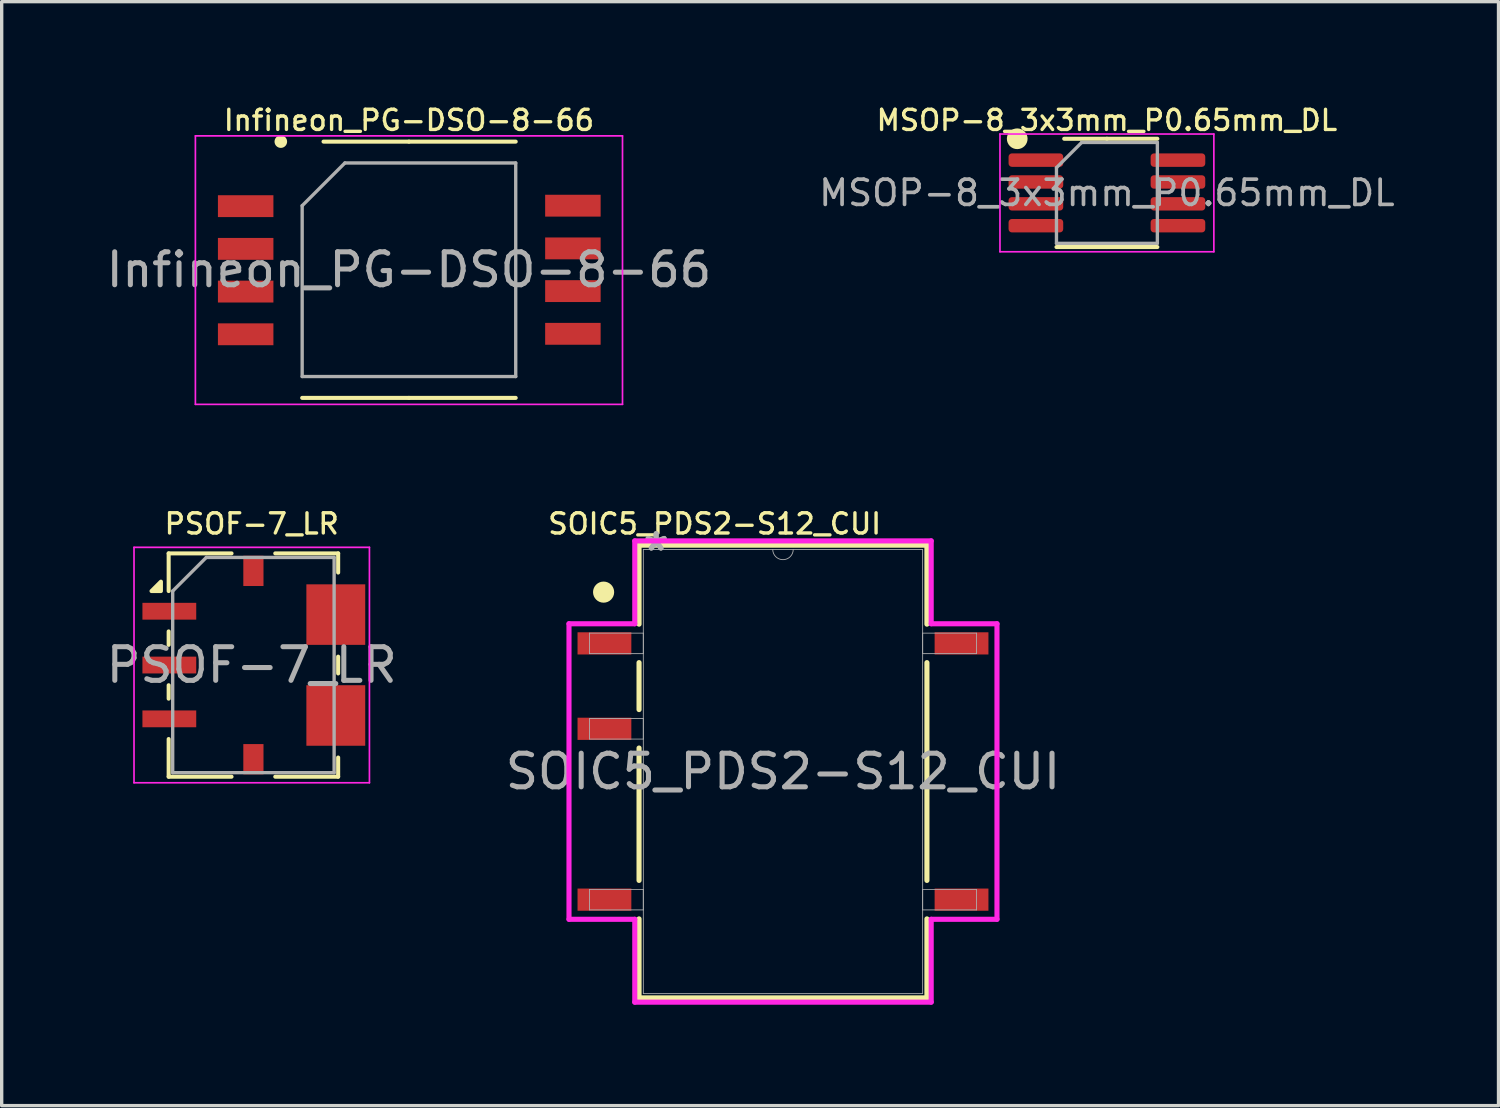
<source format=kicad_pcb>
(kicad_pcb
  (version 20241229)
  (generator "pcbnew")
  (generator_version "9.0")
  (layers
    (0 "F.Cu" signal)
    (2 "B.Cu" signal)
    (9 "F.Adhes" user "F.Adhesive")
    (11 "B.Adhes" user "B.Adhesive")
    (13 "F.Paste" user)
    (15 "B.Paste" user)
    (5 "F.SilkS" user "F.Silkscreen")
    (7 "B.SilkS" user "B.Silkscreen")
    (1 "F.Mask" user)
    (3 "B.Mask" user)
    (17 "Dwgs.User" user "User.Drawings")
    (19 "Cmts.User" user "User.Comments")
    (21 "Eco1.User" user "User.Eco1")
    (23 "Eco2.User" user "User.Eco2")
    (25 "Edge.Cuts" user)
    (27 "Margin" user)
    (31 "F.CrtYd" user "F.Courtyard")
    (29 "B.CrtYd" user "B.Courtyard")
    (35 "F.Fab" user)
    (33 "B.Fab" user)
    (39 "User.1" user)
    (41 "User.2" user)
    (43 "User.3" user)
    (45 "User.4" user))
  (footprint "Infineon_PG-DSO-8-66"
    (layer "F.Cu")
    (at 9.11 4.971)
    (property "Reference" "Infineon_PG-DSO-8-66" (at 0 -4.445 0) (layer "F.SilkS") (effects (font (size 0.6 0.6) (thickness 0.1))))
    (attr smd)
    (fp_line (start 0 -3.81) (end -2.54 -3.81) (stroke (width 0.12) (type solid)) (layer "F.SilkS"))
    (fp_line (start 0 -3.81) (end 3.175 -3.81) (stroke (width 0.12) (type solid)) (layer "F.SilkS"))
    (fp_line (start 0 3.81) (end -3.175 3.81) (stroke (width 0.12) (type solid)) (layer "F.SilkS"))
    (fp_line (start 0 3.81) (end 3.175 3.81) (stroke (width 0.12) (type solid)) (layer "F.SilkS"))
    (fp_circle (center -3.81 -3.81) (end -3.683 -3.81) (stroke (width 0.12) (type solid)) (fill yes) (layer "F.SilkS"))
    (fp_line (start -6.35 -3.981) (end -6.35 4.002) (stroke (width 0.05) (type solid)) (layer "F.CrtYd"))
    (fp_line (start -6.35 4.002) (end 6.35 4.002) (stroke (width 0.05) (type solid)) (layer "F.CrtYd"))
    (fp_line (start 6.35 -3.981) (end -6.35 -3.981) (stroke (width 0.05) (type solid)) (layer "F.CrtYd"))
    (fp_line (start 6.35 4.002) (end 6.35 -3.981) (stroke (width 0.05) (type solid)) (layer "F.CrtYd"))
    (fp_line (start -3.175 -1.905) (end -1.905 -3.175) (stroke (width 0.1) (type solid)) (layer "F.Fab"))
    (fp_line (start -3.175 3.175) (end -3.175 -1.905) (stroke (width 0.1) (type solid)) (layer "F.Fab"))
    (fp_line (start -1.905 -3.175) (end 3.175 -3.175) (stroke (width 0.1) (type solid)) (layer "F.Fab"))
    (fp_line (start 3.175 -3.175) (end 3.175 3.175) (stroke (width 0.1) (type solid)) (layer "F.Fab"))
    (fp_line (start 3.175 3.175) (end -3.175 3.175) (stroke (width 0.1) (type solid)) (layer "F.Fab"))
    (fp_text user "${REFERENCE}" (at 0 0 0) (layer "F.Fab") (effects (font (size 0.98 0.98) (thickness 0.15))))
    (pad "1" smd rect (at -4.855 -1.891) (size 1.65 0.65) (layers "F.Cu" "F.Mask" "F.Paste"))
    (pad "2" smd rect (at -4.855 -0.621) (size 1.65 0.65) (layers "F.Cu" "F.Mask" "F.Paste"))
    (pad "3" smd rect (at -4.855 0.649) (size 1.65 0.65) (layers "F.Cu" "F.Mask" "F.Paste"))
    (pad "4" smd rect (at -4.855 1.919) (size 1.65 0.65) (layers "F.Cu" "F.Mask" "F.Paste"))
    (pad "5" smd rect (at 4.875 1.905) (size 1.65 0.65) (layers "F.Cu" "F.Mask" "F.Paste"))
    (pad "6" smd rect (at 4.875 0.635) (size 1.65 0.65) (layers "F.Cu" "F.Mask" "F.Paste"))
    (pad "7" smd rect (at 4.875 -0.635) (size 1.65 0.65) (layers "F.Cu" "F.Mask" "F.Paste"))
    (pad "8" smd rect (at 4.875 -1.905) (size 1.65 0.65) (layers "F.Cu" "F.Mask" "F.Paste")))
  (footprint "PSOF-7_LR"
    (layer "F.Cu")
    (at 4.435 16.725)
    (property "Reference" "PSOF-7_LR" (at 0 -4.2 0) (layer "F.SilkS") (effects (font (size 0.6 0.6) (thickness 0.1) (bold yes))))
    (attr smd)
    (fp_line (start -2.47 -3.32) (end -2.47 -2.2) (stroke (width 0.12) (type solid)) (layer "F.SilkS"))
    (fp_line (start -2.47 -0.6) (end -2.47 -1) (stroke (width 0.12) (type solid)) (layer "F.SilkS"))
    (fp_line (start -2.47 0.6) (end -2.47 1) (stroke (width 0.12) (type solid)) (layer "F.SilkS"))
    (fp_line (start -2.47 3.32) (end -2.47 2.2) (stroke (width 0.12) (type solid)) (layer "F.SilkS"))
    (fp_line (start -0.6 -3.32) (end -2.47 -3.32) (stroke (width 0.12) (type solid)) (layer "F.SilkS"))
    (fp_line (start -0.6 3.32) (end -2.47 3.32) (stroke (width 0.12) (type solid)) (layer "F.SilkS"))
    (fp_line (start 2.57 -3.32) (end 0.7 -3.32) (stroke (width 0.12) (type solid)) (layer "F.SilkS"))
    (fp_line (start 2.57 -3.32) (end 2.57 -2.75) (stroke (width 0.12) (type solid)) (layer "F.SilkS"))
    (fp_line (start 2.57 0.25) (end 2.57 -0.25) (stroke (width 0.12) (type solid)) (layer "F.SilkS"))
    (fp_line (start 2.57 3.32) (end 0.7 3.32) (stroke (width 0.12) (type solid)) (layer "F.SilkS"))
    (fp_line (start 2.57 3.32) (end 2.57 2.75) (stroke (width 0.12) (type solid)) (layer "F.SilkS"))
    (fp_poly (pts (xy -2.7 -2.2) (xy -2.98 -2.2) (xy -2.7 -2.48) (xy -2.7 -2.2)) (stroke (width 0.12) (type solid)) (fill yes) (layer "F.SilkS"))
    (fp_line (start -3.5 -3.5) (end 3.5 -3.5) (stroke (width 0.05) (type solid)) (layer "F.CrtYd"))
    (fp_line (start -3.5 3.5) (end -3.5 -3.5) (stroke (width 0.05) (type solid)) (layer "F.CrtYd"))
    (fp_line (start 3.5 -3.5) (end 3.5 3.5) (stroke (width 0.05) (type solid)) (layer "F.CrtYd"))
    (fp_line (start 3.5 3.5) (end -3.5 3.5) (stroke (width 0.05) (type solid)) (layer "F.CrtYd"))
    (fp_line (start -2.35 3.2) (end -2.35 -2.2) (stroke (width 0.1) (type solid)) (layer "F.Fab"))
    (fp_line (start -1.35 -3.2) (end -2.35 -2.2) (stroke (width 0.1) (type solid)) (layer "F.Fab"))
    (fp_line (start -1.35 -3.2) (end 2.45 -3.2) (stroke (width 0.1) (type solid)) (layer "F.Fab"))
    (fp_line (start 2.45 -3.2) (end 2.45 3.2) (stroke (width 0.1) (type solid)) (layer "F.Fab"))
    (fp_line (start 2.45 3.2) (end -2.35 3.2) (stroke (width 0.1) (type solid)) (layer "F.Fab"))
    (fp_text user "${REFERENCE}" (at 0 0 0) (layer "F.Fab") (effects (font (size 1 1) (thickness 0.15))))
    (pad "1" smd rect (at -2.45 -1.6) (size 1.6 0.5) (layers "F.Cu" "F.Mask" "F.Paste"))
    (pad "2" smd rect (at -2.45 0) (size 1.6 0.5) (layers "F.Cu" "F.Mask" "F.Paste"))
    (pad "3" smd rect (at -2.45 1.6) (size 1.6 0.5) (layers "F.Cu" "F.Mask" "F.Paste"))
    (pad "4" smd rect (at 0.05 2.8) (size 0.6 0.9) (layers "F.Cu" "F.Mask" "F.Paste"))
    (pad "5" smd rect (at 2.5 1.5) (size 1.75 1.8) (layers "F.Cu" "F.Mask" "F.Paste"))
    (pad "6" smd rect (at 2.5 -1.5) (size 1.75 1.8) (layers "F.Cu" "F.Mask" "F.Paste"))
    (pad "7" smd rect (at 0.05 -2.8) (size 0.6 0.9) (layers "F.Cu" "F.Mask" "F.Paste")))
  (footprint "MSOP-8_3x3mm_P0.65mm_DL"
    (layer "F.Cu")
    (at 29.864 2.686)
    (property "Reference" "MSOP-8_3x3mm_P0.65mm_DL" (at 0 -2.159 0) (layer "F.SilkS") (effects (font (size 0.6 0.6) (thickness 0.1))))
    (attr smd)
    (fp_line (start 0 -1.61) (end -1.27 -1.61) (stroke (width 0.12) (type solid)) (layer "F.SilkS"))
    (fp_line (start 0 -1.61) (end 1.5 -1.61) (stroke (width 0.12) (type solid)) (layer "F.SilkS"))
    (fp_line (start 0 1.61) (end -1.5 1.61) (stroke (width 0.12) (type solid)) (layer "F.SilkS"))
    (fp_line (start 0 1.61) (end 1.5 1.61) (stroke (width 0.12) (type solid)) (layer "F.SilkS"))
    (fp_circle (center -2.667 -1.61) (end -2.419 -1.61) (stroke (width 0.12) (type solid)) (fill yes) (layer "F.SilkS"))
    (fp_line (start -3.18 -1.75) (end -3.18 1.75) (stroke (width 0.05) (type solid)) (layer "F.CrtYd"))
    (fp_line (start -3.18 1.75) (end 3.18 1.75) (stroke (width 0.05) (type solid)) (layer "F.CrtYd"))
    (fp_line (start 3.18 -1.75) (end -3.18 -1.75) (stroke (width 0.05) (type solid)) (layer "F.CrtYd"))
    (fp_line (start 3.18 1.75) (end 3.18 -1.75) (stroke (width 0.05) (type solid)) (layer "F.CrtYd"))
    (fp_line (start -1.5 -0.75) (end -0.75 -1.5) (stroke (width 0.1) (type solid)) (layer "F.Fab"))
    (fp_line (start -1.5 1.5) (end -1.5 -0.75) (stroke (width 0.1) (type solid)) (layer "F.Fab"))
    (fp_line (start -0.75 -1.5) (end 1.5 -1.5) (stroke (width 0.1) (type solid)) (layer "F.Fab"))
    (fp_line (start 1.5 -1.5) (end 1.5 1.5) (stroke (width 0.1) (type solid)) (layer "F.Fab"))
    (fp_line (start 1.5 1.5) (end -1.5 1.5) (stroke (width 0.1) (type solid)) (layer "F.Fab"))
    (fp_text user "${REFERENCE}" (at 0 0 0) (layer "F.Fab") (effects (font (size 0.75 0.75) (thickness 0.11))))
    (pad "1" smd roundrect (at -2.112 -0.975) (size 1.625 0.4) (layers "F.Cu" "F.Mask" "F.Paste") (roundrect_rratio 0.25))
    (pad "2" smd roundrect (at -2.112 -0.325) (size 1.625 0.4) (layers "F.Cu" "F.Mask" "F.Paste") (roundrect_rratio 0.25))
    (pad "3" smd roundrect (at -2.112 0.325) (size 1.625 0.4) (layers "F.Cu" "F.Mask" "F.Paste") (roundrect_rratio 0.25))
    (pad "4" smd roundrect (at -2.112 0.975) (size 1.625 0.4) (layers "F.Cu" "F.Mask" "F.Paste") (roundrect_rratio 0.25))
    (pad "5" smd roundrect (at 2.112 0.975) (size 1.625 0.4) (layers "F.Cu" "F.Mask" "F.Paste") (roundrect_rratio 0.25))
    (pad "6" smd roundrect (at 2.112 0.325) (size 1.625 0.4) (layers "F.Cu" "F.Mask" "F.Paste") (roundrect_rratio 0.25))
    (pad "7" smd roundrect (at 2.112 -0.325) (size 1.625 0.4) (layers "F.Cu" "F.Mask" "F.Paste") (roundrect_rratio 0.25))
    (pad "8" smd roundrect (at 2.112 -0.975) (size 1.625 0.4) (layers "F.Cu" "F.Mask" "F.Paste") (roundrect_rratio 0.25)))
  (footprint "SOIC5_PDS2-S12_CUI"
    (layer "F.Cu")
    (at 20.232 19.891)
    (property "Reference" "SOIC5_PDS2-S12_CUI" (at -2.032 -7.366 0) (unlocked yes) (layer "F.SilkS") (effects (font (size 0.6 0.6) (thickness 0.1))))
    (attr smd)
    (fp_line (start -4.28 -6.731) (end -4.28 -4.382) (stroke (width 0.152) (type solid)) (layer "F.SilkS"))
    (fp_line (start -4.28 -3.238) (end -4.28 -1.842) (stroke (width 0.152) (type solid)) (layer "F.SilkS"))
    (fp_line (start -4.28 -0.698) (end -4.28 3.238) (stroke (width 0.152) (type solid)) (layer "F.SilkS"))
    (fp_line (start -4.28 4.382) (end -4.28 6.731) (stroke (width 0.152) (type solid)) (layer "F.SilkS"))
    (fp_line (start -4.28 6.731) (end 4.28 6.731) (stroke (width 0.152) (type solid)) (layer "F.SilkS"))
    (fp_line (start 4.28 -6.731) (end -4.28 -6.731) (stroke (width 0.152) (type solid)) (layer "F.SilkS"))
    (fp_line (start 4.28 -4.382) (end 4.28 -6.731) (stroke (width 0.152) (type solid)) (layer "F.SilkS"))
    (fp_line (start 4.28 3.238) (end 4.28 -3.238) (stroke (width 0.152) (type solid)) (layer "F.SilkS"))
    (fp_line (start 4.28 6.731) (end 4.28 4.382) (stroke (width 0.152) (type solid)) (layer "F.SilkS"))
    (fp_circle (center -5.334 -5.334) (end -5.08 -5.334) (stroke (width 0.12) (type solid)) (fill yes) (layer "F.SilkS"))
    (fp_line (start -6.363 -4.394) (end -4.407 -4.394) (stroke (width 0.152) (type solid)) (layer "F.CrtYd"))
    (fp_line (start -6.363 4.394) (end -6.363 -4.394) (stroke (width 0.152) (type solid)) (layer "F.CrtYd"))
    (fp_line (start -6.363 4.394) (end -4.407 4.394) (stroke (width 0.152) (type solid)) (layer "F.CrtYd"))
    (fp_line (start -4.407 -6.858) (end 4.407 -6.858) (stroke (width 0.152) (type solid)) (layer "F.CrtYd"))
    (fp_line (start -4.407 -4.394) (end -4.407 -6.858) (stroke (width 0.152) (type solid)) (layer "F.CrtYd"))
    (fp_line (start -4.407 6.858) (end -4.407 4.394) (stroke (width 0.152) (type solid)) (layer "F.CrtYd"))
    (fp_line (start 4.407 -6.858) (end 4.407 -4.394) (stroke (width 0.152) (type solid)) (layer "F.CrtYd"))
    (fp_line (start 4.407 4.394) (end 4.407 6.858) (stroke (width 0.152) (type solid)) (layer "F.CrtYd"))
    (fp_line (start 4.407 6.858) (end -4.407 6.858) (stroke (width 0.152) (type solid)) (layer "F.CrtYd"))
    (fp_line (start 6.363 -4.394) (end 4.407 -4.394) (stroke (width 0.152) (type solid)) (layer "F.CrtYd"))
    (fp_line (start 6.363 -4.394) (end 6.363 4.394) (stroke (width 0.152) (type solid)) (layer "F.CrtYd"))
    (fp_line (start 6.363 4.394) (end 4.407 4.394) (stroke (width 0.152) (type solid)) (layer "F.CrtYd"))
    (fp_line (start -5.753 -4.115) (end -5.753 -3.505) (stroke (width 0.025) (type solid)) (layer "F.Fab"))
    (fp_line (start -5.753 -3.505) (end -4.153 -3.505) (stroke (width 0.025) (type solid)) (layer "F.Fab"))
    (fp_line (start -5.753 -1.575) (end -5.753 -0.965) (stroke (width 0.025) (type solid)) (layer "F.Fab"))
    (fp_line (start -5.753 -0.965) (end -4.153 -0.965) (stroke (width 0.025) (type solid)) (layer "F.Fab"))
    (fp_line (start -5.753 3.505) (end -5.753 4.115) (stroke (width 0.025) (type solid)) (layer "F.Fab"))
    (fp_line (start -5.753 4.115) (end -4.153 4.115) (stroke (width 0.025) (type solid)) (layer "F.Fab"))
    (fp_line (start -4.153 -6.604) (end -4.153 6.604) (stroke (width 0.025) (type solid)) (layer "F.Fab"))
    (fp_line (start -4.153 -4.115) (end -5.753 -4.115) (stroke (width 0.025) (type solid)) (layer "F.Fab"))
    (fp_line (start -4.153 -3.505) (end -4.153 -4.115) (stroke (width 0.025) (type solid)) (layer "F.Fab"))
    (fp_line (start -4.153 -1.575) (end -5.753 -1.575) (stroke (width 0.025) (type solid)) (layer "F.Fab"))
    (fp_line (start -4.153 -0.965) (end -4.153 -1.575) (stroke (width 0.025) (type solid)) (layer "F.Fab"))
    (fp_line (start -4.153 3.505) (end -5.753 3.505) (stroke (width 0.025) (type solid)) (layer "F.Fab"))
    (fp_line (start -4.153 4.115) (end -4.153 3.505) (stroke (width 0.025) (type solid)) (layer "F.Fab"))
    (fp_line (start -4.153 6.604) (end 4.153 6.604) (stroke (width 0.025) (type solid)) (layer "F.Fab"))
    (fp_line (start 4.153 -6.604) (end -4.153 -6.604) (stroke (width 0.025) (type solid)) (layer "F.Fab"))
    (fp_line (start 4.153 -4.115) (end 4.153 -3.505) (stroke (width 0.025) (type solid)) (layer "F.Fab"))
    (fp_line (start 4.153 -3.505) (end 5.753 -3.505) (stroke (width 0.025) (type solid)) (layer "F.Fab"))
    (fp_line (start 4.153 3.505) (end 4.153 4.115) (stroke (width 0.025) (type solid)) (layer "F.Fab"))
    (fp_line (start 4.153 4.115) (end 5.753 4.115) (stroke (width 0.025) (type solid)) (layer "F.Fab"))
    (fp_line (start 4.153 6.604) (end 4.153 -6.604) (stroke (width 0.025) (type solid)) (layer "F.Fab"))
    (fp_line (start 5.753 -4.115) (end 4.153 -4.115) (stroke (width 0.025) (type solid)) (layer "F.Fab"))
    (fp_line (start 5.753 -3.505) (end 5.753 -4.115) (stroke (width 0.025) (type solid)) (layer "F.Fab"))
    (fp_line (start 5.753 3.505) (end 4.153 3.505) (stroke (width 0.025) (type solid)) (layer "F.Fab"))
    (fp_line (start 5.753 4.115) (end 5.753 3.505) (stroke (width 0.025) (type solid)) (layer "F.Fab"))
    (fp_arc (start 0.3048 -6.604) (mid 0 -6.2992) (end -0.3048 -6.604) (stroke (width 0.0254) (type solid)) (layer "F.Fab"))
    (fp_text user "*" (at -3.772 -6.528 0) (layer "F.Fab") (effects (font (size 1 1) (thickness 0.15))))
    (fp_text user "${REFERENCE}" (at 0 0 0) (unlocked yes) (layer "F.Fab") (effects (font (size 1 1) (thickness 0.15))))
    (fp_text user "*" (at -3.772 -6.528 0) (unlocked yes) (layer "F.Fab") (effects (font (size 1 1) (thickness 0.15))))
    (pad "1" smd rect (at -5.309 -3.81) (size 1.6 0.66) (layers "F.Cu" "F.Mask" "F.Paste"))
    (pad "2" smd rect (at -5.309 -1.27) (size 1.6 0.66) (layers "F.Cu" "F.Mask" "F.Paste"))
    (pad "4" smd rect (at -5.309 3.81) (size 1.6 0.66) (layers "F.Cu" "F.Mask" "F.Paste"))
    (pad "5" smd rect (at 5.309 3.81) (size 1.6 0.66) (layers "F.Cu" "F.Mask" "F.Paste"))
    (pad "8" smd rect (at 5.309 -3.81) (size 1.6 0.66) (layers "F.Cu" "F.Mask" "F.Paste")))
  (gr_rect
    (start -3 -3)
    (end 41.508 29.826)
    (stroke (width 0.1) (type default))
    (fill no)
    (layer "Edge.Cuts")))
</source>
